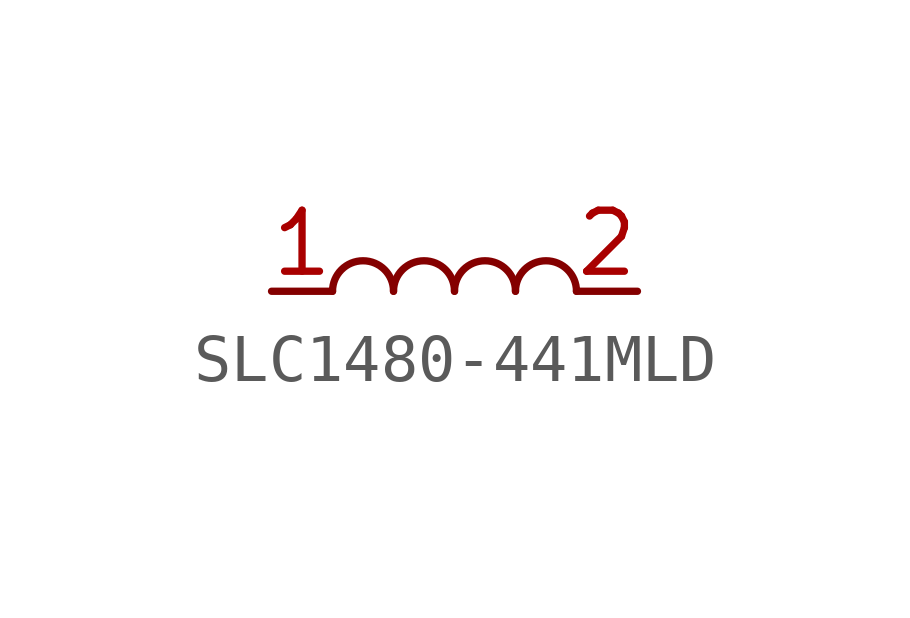
<source format=kicad_sym>
(kicad_symbol_lib
  (version 20241209)
  (generator "kicad_symbol_editor")
  (generator_version "9.0")
  (symbol "SLC1480-441MLD"
    (pin_names
      (hide yes))
    (property "Reference" "L"
      (at 16.51 6.35 0)
      (effects (font (size 1.27 1.27)) (justify left top) (hide yes)))
    (symbol "SLC1480-441MLD_0_1"
      (arc (start -2.54 0) (mid -1.905 0.6323) (end -1.27 0) (stroke (width 0) (type default)) (fill (type none)))
      (arc (start -1.27 0) (mid -0.635 0.6323) (end 0 0) (stroke (width 0) (type default)) (fill (type none)))
      (arc (start 0 0) (mid 0.635 0.6323) (end 1.27 0) (stroke (width 0) (type default)) (fill (type none)))
      (arc (start 1.27 0) (mid 1.905 0.6323) (end 2.54 0) (stroke (width 0) (type default)) (fill (type none))))
    (symbol "SLC1480-441MLD_1_1"
      (pin passive line (at -3.81 0 0) (length 1.27) (name "1" (effects (font (size 1.27 1.27)))) (number "1" (effects (font (size 1.27 1.27)))))
      (pin passive line (at 3.81 0 180) (length 1.27) (name "2" (effects (font (size 1.27 1.27)))) (number "2" (effects (font (size 1.27 1.27))))))))
</source>
